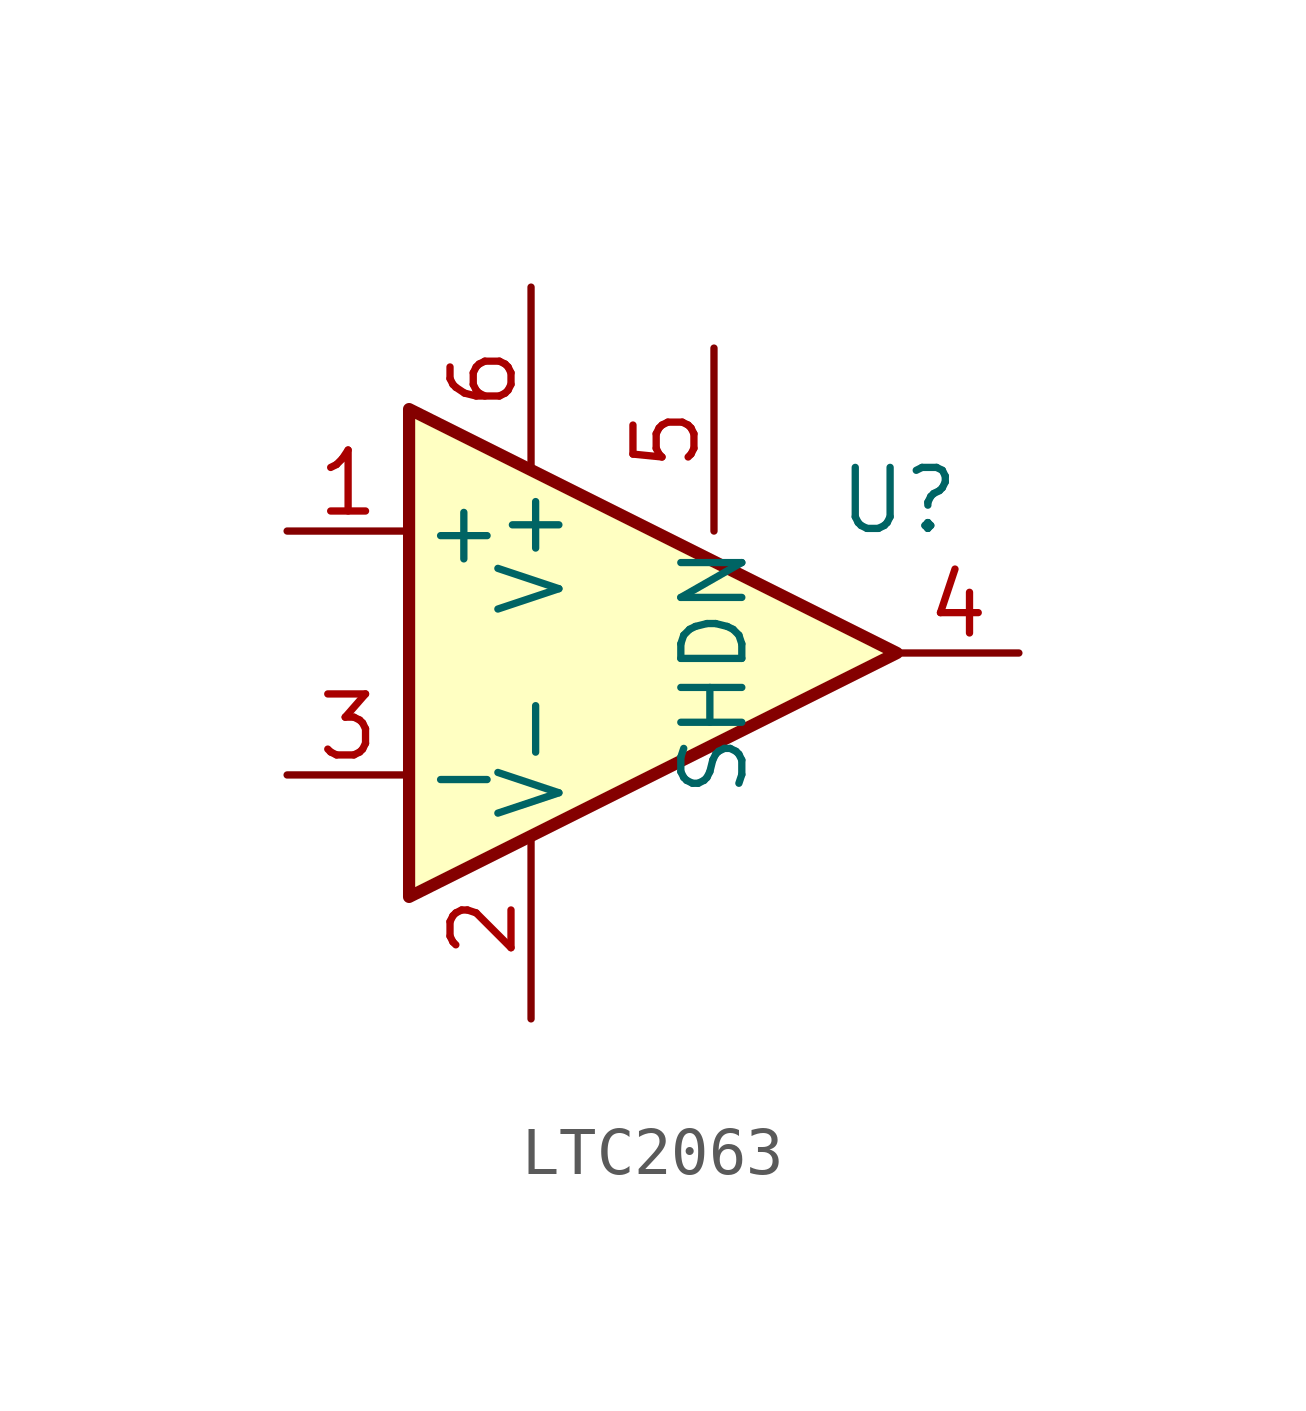
<source format=kicad_sym>
(kicad_symbol_lib
  (version 20231120)
  (generator "kicad_symbol_editor")
  (generator_version "8.0")
  (symbol "LTC2063"
    (pin_names
      (offset 0.254))
    (property "Reference" "U"
      (at 3.81 3.175 0)
      (effects (font (size 1.27 1.27)) (justify left)))
    (property "Value" "${SIM.PARAMS}"
      (at 3.81 -3.175 0)
      (effects (font (size 1.27 1.27)) (justify left)))
    (symbol "LTC2063_0_1"
      (polyline (pts (xy 5.08 0) (xy -5.08 5.08) (xy -5.08 -5.08) (xy 5.08 0)) (stroke (width 0.254) (type default)) (fill (type background))))
    (symbol "LTC2063_1_1"
      (pin input line (at -7.62 2.54 0) (length 2.54) (name "+" (effects (font (size 1.27 1.27)))) (number "1" (effects (font (size 1.27 1.27)))))
      (pin power_in line (at -2.54 -7.62 90) (length 3.81) (name "V-" (effects (font (size 1.27 1.27)))) (number "2" (effects (font (size 1.27 1.27)))))
      (pin input line (at -7.62 -2.54 0) (length 2.54) (name "-" (effects (font (size 1.27 1.27)))) (number "3" (effects (font (size 1.27 1.27)))))
      (pin output line (at 7.62 0 180) (length 2.54) (name "~" (effects (font (size 1.27 1.27)))) (number "4" (effects (font (size 1.27 1.27)))))
      (pin input line (at 1.27 6.35 270) (length 3.81) (name "SHDN" (effects (font (size 1.27 1.27)))) (number "5" (effects (font (size 1.27 1.27)))))
      (pin power_in line (at -2.54 7.62 270) (length 3.81) (name "V+" (effects (font (size 1.27 1.27)))) (number "6" (effects (font (size 1.27 1.27))))))))
</source>
